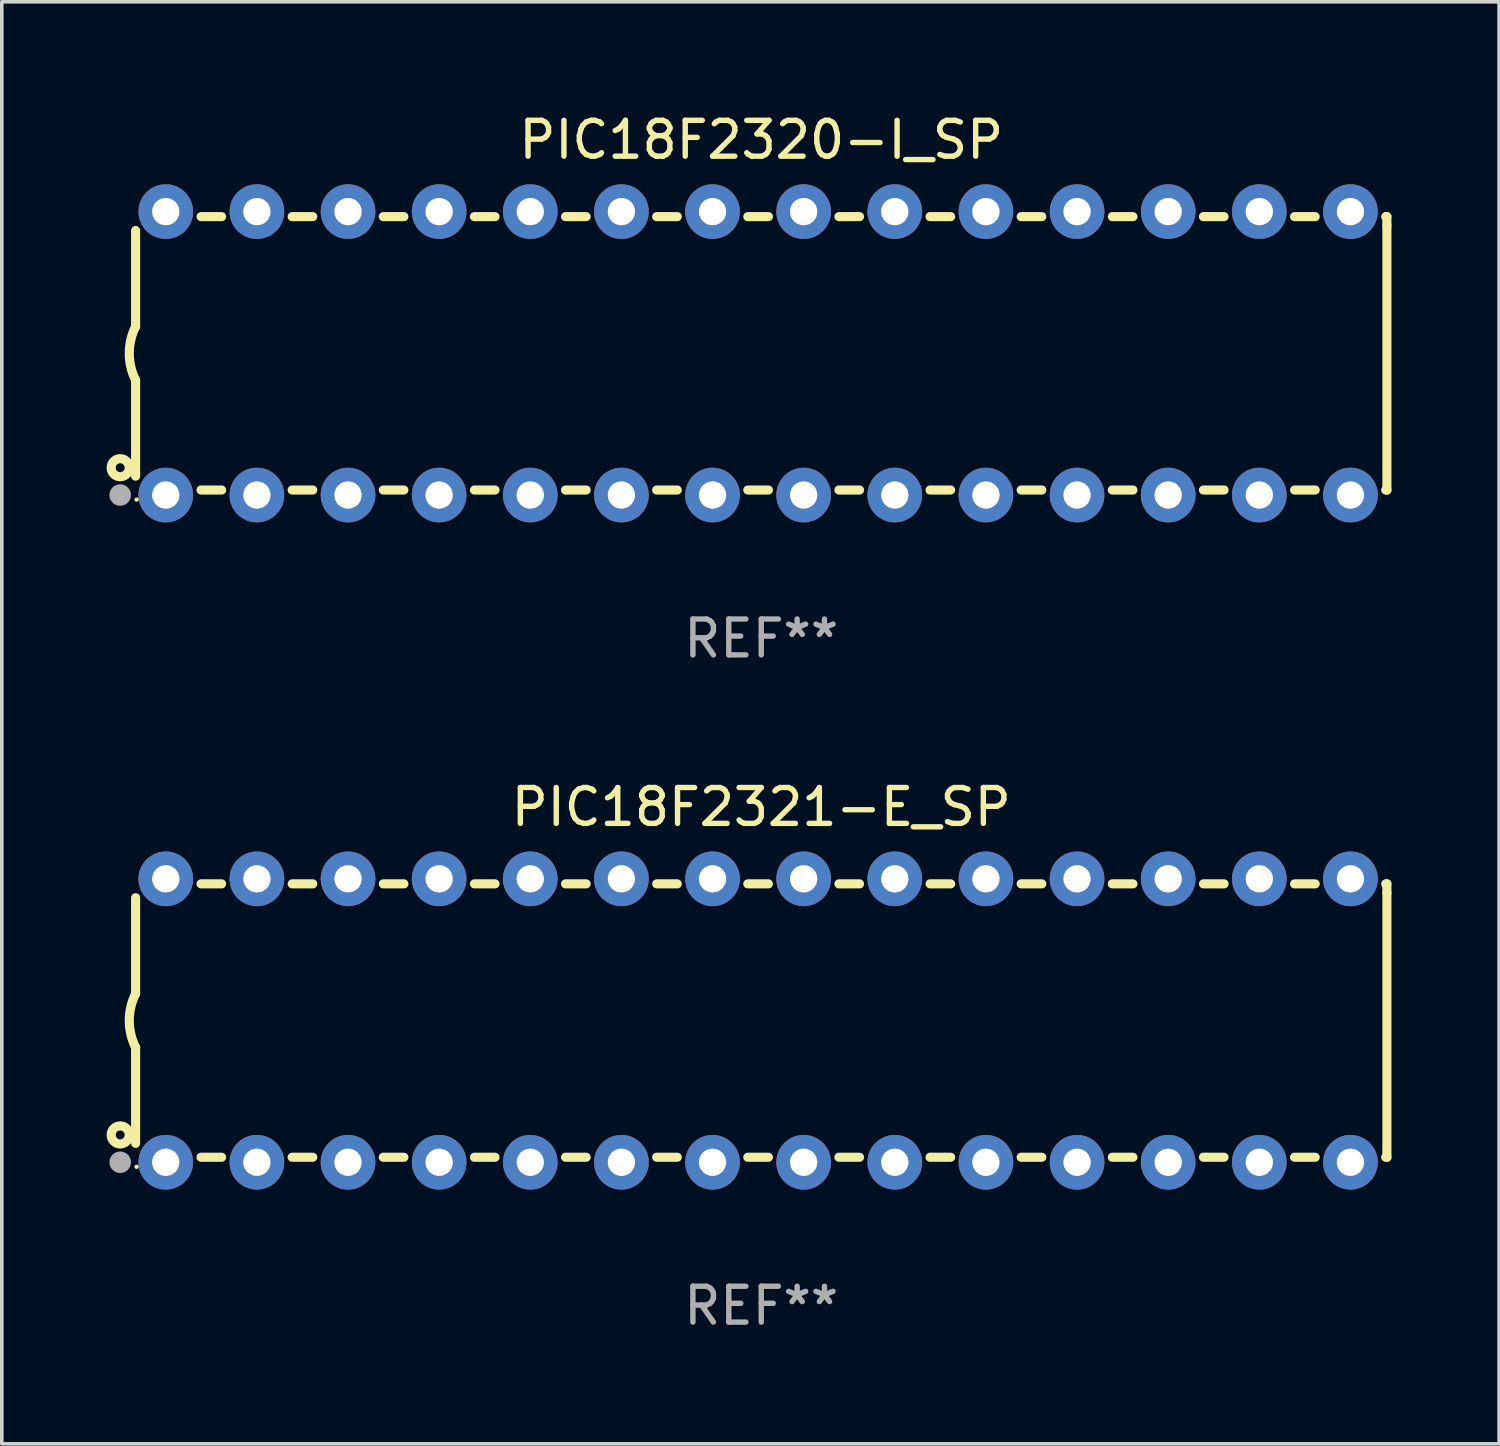
<source format=kicad_pcb>
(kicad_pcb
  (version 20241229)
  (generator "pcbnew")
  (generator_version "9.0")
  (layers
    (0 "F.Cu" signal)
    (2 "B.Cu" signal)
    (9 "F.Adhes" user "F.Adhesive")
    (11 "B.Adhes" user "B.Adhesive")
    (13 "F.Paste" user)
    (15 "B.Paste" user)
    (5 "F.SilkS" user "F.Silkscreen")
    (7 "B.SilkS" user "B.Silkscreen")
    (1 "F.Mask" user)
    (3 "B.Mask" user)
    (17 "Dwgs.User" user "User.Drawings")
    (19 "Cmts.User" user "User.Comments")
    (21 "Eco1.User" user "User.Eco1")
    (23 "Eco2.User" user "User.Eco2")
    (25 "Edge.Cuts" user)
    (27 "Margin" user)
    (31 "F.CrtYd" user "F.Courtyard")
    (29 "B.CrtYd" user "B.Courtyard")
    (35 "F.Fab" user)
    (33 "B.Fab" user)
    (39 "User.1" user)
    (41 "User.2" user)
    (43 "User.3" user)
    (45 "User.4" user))
  (footprint "PIC18F2321-E_SP"
    (layer "F.Cu")
    (at 18.168 25.395)
    (property "Reference" "PIC18F2321-E_SP" (at 0 -5.95 0) (layer "F.SilkS") (effects (font (size 1 1) (thickness 0.15))))
    (attr through_hole)
    (fp_line (start -17.438 0.75) (end -17.438 3.423) (stroke (width 0.254) (type solid)) (layer "F.SilkS"))
    (fp_line (start -17.438 -3.423) (end -17.438 -0.75) (stroke (width 0.254) (type solid)) (layer "F.SilkS"))
    (fp_line (start -15.615 3.81) (end -15.041 3.81) (stroke (width 0.254) (type solid)) (layer "F.SilkS"))
    (fp_line (start -15.041 -3.81) (end -15.614 -3.81) (stroke (width 0.254) (type solid)) (layer "F.SilkS"))
    (fp_line (start -13.075 3.81) (end -12.501 3.81) (stroke (width 0.254) (type solid)) (layer "F.SilkS"))
    (fp_line (start -12.501 -3.81) (end -13.074 -3.81) (stroke (width 0.254) (type solid)) (layer "F.SilkS"))
    (fp_line (start -10.535 3.81) (end -9.961 3.81) (stroke (width 0.254) (type solid)) (layer "F.SilkS"))
    (fp_line (start -9.961 -3.81) (end -10.534 -3.81) (stroke (width 0.254) (type solid)) (layer "F.SilkS"))
    (fp_line (start -7.995 3.81) (end -7.421 3.81) (stroke (width 0.254) (type solid)) (layer "F.SilkS"))
    (fp_line (start -7.421 -3.81) (end -7.995 -3.81) (stroke (width 0.254) (type solid)) (layer "F.SilkS"))
    (fp_line (start -5.455 3.81) (end -4.881 3.81) (stroke (width 0.254) (type solid)) (layer "F.SilkS"))
    (fp_line (start -4.881 -3.81) (end -5.455 -3.81) (stroke (width 0.254) (type solid)) (layer "F.SilkS"))
    (fp_line (start -2.915 3.81) (end -2.341 3.81) (stroke (width 0.254) (type solid)) (layer "F.SilkS"))
    (fp_line (start -2.341 -3.81) (end -2.915 -3.81) (stroke (width 0.254) (type solid)) (layer "F.SilkS"))
    (fp_line (start -0.375 3.81) (end 0.199 3.81) (stroke (width 0.254) (type solid)) (layer "F.SilkS"))
    (fp_line (start 0.199 -3.81) (end -0.375 -3.81) (stroke (width 0.254) (type solid)) (layer "F.SilkS"))
    (fp_line (start 2.165 3.81) (end 2.739 3.81) (stroke (width 0.254) (type solid)) (layer "F.SilkS"))
    (fp_line (start 2.739 -3.81) (end 2.165 -3.81) (stroke (width 0.254) (type solid)) (layer "F.SilkS"))
    (fp_line (start 4.705 3.81) (end 5.279 3.81) (stroke (width 0.254) (type solid)) (layer "F.SilkS"))
    (fp_line (start 5.279 -3.81) (end 4.705 -3.81) (stroke (width 0.254) (type solid)) (layer "F.SilkS"))
    (fp_line (start 7.245 3.81) (end 7.819 3.81) (stroke (width 0.254) (type solid)) (layer "F.SilkS"))
    (fp_line (start 7.819 -3.81) (end 7.245 -3.81) (stroke (width 0.254) (type solid)) (layer "F.SilkS"))
    (fp_line (start 9.785 3.81) (end 10.359 3.81) (stroke (width 0.254) (type solid)) (layer "F.SilkS"))
    (fp_line (start 10.359 -3.81) (end 9.785 -3.81) (stroke (width 0.254) (type solid)) (layer "F.SilkS"))
    (fp_line (start 12.325 3.81) (end 12.899 3.81) (stroke (width 0.254) (type solid)) (layer "F.SilkS"))
    (fp_line (start 12.899 -3.81) (end 12.325 -3.81) (stroke (width 0.254) (type solid)) (layer "F.SilkS"))
    (fp_line (start 14.865 3.81) (end 15.439 3.81) (stroke (width 0.254) (type solid)) (layer "F.SilkS"))
    (fp_line (start 15.439 -3.81) (end 14.865 -3.81) (stroke (width 0.254) (type solid)) (layer "F.SilkS"))
    (fp_line (start 17.405 3.81) (end 17.438 3.81) (stroke (width 0.254) (type solid)) (layer "F.SilkS"))
    (fp_line (start 17.438 -3.81) (end 17.405 -3.81) (stroke (width 0.254) (type solid)) (layer "F.SilkS"))
    (fp_line (start 17.438 -3.556) (end 17.438 -3.81) (stroke (width 0.254) (type solid)) (layer "F.SilkS"))
    (fp_line (start 17.438 3.81) (end 17.438 -3.556) (stroke (width 0.254) (type solid)) (layer "F.SilkS"))
    (fp_arc (start -17.437986 0.749657) (mid -17.614887 -0.000024) (end -17.437783 -0.749657) (stroke (width 0.254001) (type solid)) (layer "F.SilkS"))
    (fp_circle (center -17.868 3.188) (end -17.743 3.188) (stroke (width 0.254) (type solid)) (fill no) (layer "F.SilkS"))
    (fp_circle (center -17.411 4.077) (end -17.381 4.077) (stroke (width 0.06) (type solid)) (fill no) (layer "F.SilkS"))
    (fp_circle (center -17.868 3.95) (end -17.718 3.95) (stroke (width 0.3) (type solid)) (fill no) (layer "F.Fab"))
    (fp_text user "REF**" (at 0 7.95 0) (layer "F.Fab") (effects (font (size 1 1) (thickness 0.15))))
    (pad "1" thru_hole circle (at -16.598 3.95) (size 1.524 1.524) (drill 0.762) (layers "*.Cu" "*.Mask"))
    (pad "2" thru_hole circle (at -14.058 3.95) (size 1.524 1.524) (drill 0.762) (layers "*.Cu" "*.Mask"))
    (pad "3" thru_hole circle (at -11.518 3.95) (size 1.524 1.524) (drill 0.762) (layers "*.Cu" "*.Mask"))
    (pad "4" thru_hole circle (at -8.978 3.95) (size 1.524 1.524) (drill 0.762) (layers "*.Cu" "*.Mask"))
    (pad "5" thru_hole circle (at -6.438 3.95) (size 1.524 1.524) (drill 0.762) (layers "*.Cu" "*.Mask"))
    (pad "6" thru_hole circle (at -3.898 3.95) (size 1.524 1.524) (drill 0.762) (layers "*.Cu" "*.Mask"))
    (pad "7" thru_hole circle (at -1.358 3.95) (size 1.524 1.524) (drill 0.762) (layers "*.Cu" "*.Mask"))
    (pad "8" thru_hole circle (at 1.182 3.95) (size 1.524 1.524) (drill 0.762) (layers "*.Cu" "*.Mask"))
    (pad "9" thru_hole circle (at 3.722 3.95) (size 1.524 1.524) (drill 0.762) (layers "*.Cu" "*.Mask"))
    (pad "10" thru_hole circle (at 6.262 3.95) (size 1.524 1.524) (drill 0.762) (layers "*.Cu" "*.Mask"))
    (pad "11" thru_hole circle (at 8.802 3.95) (size 1.524 1.524) (drill 0.762) (layers "*.Cu" "*.Mask"))
    (pad "12" thru_hole circle (at 11.342 3.95) (size 1.524 1.524) (drill 0.762) (layers "*.Cu" "*.Mask"))
    (pad "13" thru_hole circle (at 13.882 3.95) (size 1.524 1.524) (drill 0.762) (layers "*.Cu" "*.Mask"))
    (pad "14" thru_hole circle (at 16.422 3.95) (size 1.524 1.524) (drill 0.762) (layers "*.Cu" "*.Mask"))
    (pad "15" thru_hole circle (at 16.422 -3.95) (size 1.524 1.524) (drill 0.762) (layers "*.Cu" "*.Mask"))
    (pad "16" thru_hole circle (at 13.882 -3.95) (size 1.524 1.524) (drill 0.762) (layers "*.Cu" "*.Mask"))
    (pad "17" thru_hole circle (at 11.342 -3.95) (size 1.524 1.524) (drill 0.762) (layers "*.Cu" "*.Mask"))
    (pad "18" thru_hole circle (at 8.802 -3.95) (size 1.524 1.524) (drill 0.762) (layers "*.Cu" "*.Mask"))
    (pad "19" thru_hole circle (at 6.262 -3.95) (size 1.524 1.524) (drill 0.762) (layers "*.Cu" "*.Mask"))
    (pad "20" thru_hole circle (at 3.722 -3.95) (size 1.524 1.524) (drill 0.762) (layers "*.Cu" "*.Mask"))
    (pad "21" thru_hole circle (at 1.182 -3.95) (size 1.524 1.524) (drill 0.762) (layers "*.Cu" "*.Mask"))
    (pad "22" thru_hole circle (at -1.358 -3.95) (size 1.524 1.524) (drill 0.762) (layers "*.Cu" "*.Mask"))
    (pad "23" thru_hole circle (at -3.898 -3.95) (size 1.524 1.524) (drill 0.762) (layers "*.Cu" "*.Mask"))
    (pad "24" thru_hole circle (at -6.438 -3.95) (size 1.524 1.524) (drill 0.762) (layers "*.Cu" "*.Mask"))
    (pad "25" thru_hole circle (at -8.978 -3.95) (size 1.524 1.524) (drill 0.762) (layers "*.Cu" "*.Mask"))
    (pad "26" thru_hole circle (at -11.517 -3.95) (size 1.524 1.524) (drill 0.762) (layers "*.Cu" "*.Mask"))
    (pad "27" thru_hole circle (at -14.057 -3.95) (size 1.524 1.524) (drill 0.762) (layers "*.Cu" "*.Mask"))
    (pad "28" thru_hole circle (at -16.597 -3.95) (size 1.524 1.524) (drill 0.762) (layers "*.Cu" "*.Mask")))
  (footprint "PIC18F2320-I_SP"
    (layer "F.Cu")
    (at 18.168 6.798)
    (property "Reference" "PIC18F2320-I_SP" (at 0 -5.95 0) (layer "F.SilkS") (effects (font (size 1 1) (thickness 0.15))))
    (attr through_hole)
    (fp_line (start -17.438 0.75) (end -17.438 3.423) (stroke (width 0.254) (type solid)) (layer "F.SilkS"))
    (fp_line (start -17.438 -3.423) (end -17.438 -0.75) (stroke (width 0.254) (type solid)) (layer "F.SilkS"))
    (fp_line (start -15.615 3.81) (end -15.041 3.81) (stroke (width 0.254) (type solid)) (layer "F.SilkS"))
    (fp_line (start -15.041 -3.81) (end -15.614 -3.81) (stroke (width 0.254) (type solid)) (layer "F.SilkS"))
    (fp_line (start -13.075 3.81) (end -12.501 3.81) (stroke (width 0.254) (type solid)) (layer "F.SilkS"))
    (fp_line (start -12.501 -3.81) (end -13.074 -3.81) (stroke (width 0.254) (type solid)) (layer "F.SilkS"))
    (fp_line (start -10.535 3.81) (end -9.961 3.81) (stroke (width 0.254) (type solid)) (layer "F.SilkS"))
    (fp_line (start -9.961 -3.81) (end -10.534 -3.81) (stroke (width 0.254) (type solid)) (layer "F.SilkS"))
    (fp_line (start -7.995 3.81) (end -7.421 3.81) (stroke (width 0.254) (type solid)) (layer "F.SilkS"))
    (fp_line (start -7.421 -3.81) (end -7.995 -3.81) (stroke (width 0.254) (type solid)) (layer "F.SilkS"))
    (fp_line (start -5.455 3.81) (end -4.881 3.81) (stroke (width 0.254) (type solid)) (layer "F.SilkS"))
    (fp_line (start -4.881 -3.81) (end -5.455 -3.81) (stroke (width 0.254) (type solid)) (layer "F.SilkS"))
    (fp_line (start -2.915 3.81) (end -2.341 3.81) (stroke (width 0.254) (type solid)) (layer "F.SilkS"))
    (fp_line (start -2.341 -3.81) (end -2.915 -3.81) (stroke (width 0.254) (type solid)) (layer "F.SilkS"))
    (fp_line (start -0.375 3.81) (end 0.199 3.81) (stroke (width 0.254) (type solid)) (layer "F.SilkS"))
    (fp_line (start 0.199 -3.81) (end -0.375 -3.81) (stroke (width 0.254) (type solid)) (layer "F.SilkS"))
    (fp_line (start 2.165 3.81) (end 2.739 3.81) (stroke (width 0.254) (type solid)) (layer "F.SilkS"))
    (fp_line (start 2.739 -3.81) (end 2.165 -3.81) (stroke (width 0.254) (type solid)) (layer "F.SilkS"))
    (fp_line (start 4.705 3.81) (end 5.279 3.81) (stroke (width 0.254) (type solid)) (layer "F.SilkS"))
    (fp_line (start 5.279 -3.81) (end 4.705 -3.81) (stroke (width 0.254) (type solid)) (layer "F.SilkS"))
    (fp_line (start 7.245 3.81) (end 7.819 3.81) (stroke (width 0.254) (type solid)) (layer "F.SilkS"))
    (fp_line (start 7.819 -3.81) (end 7.245 -3.81) (stroke (width 0.254) (type solid)) (layer "F.SilkS"))
    (fp_line (start 9.785 3.81) (end 10.359 3.81) (stroke (width 0.254) (type solid)) (layer "F.SilkS"))
    (fp_line (start 10.359 -3.81) (end 9.785 -3.81) (stroke (width 0.254) (type solid)) (layer "F.SilkS"))
    (fp_line (start 12.325 3.81) (end 12.899 3.81) (stroke (width 0.254) (type solid)) (layer "F.SilkS"))
    (fp_line (start 12.899 -3.81) (end 12.325 -3.81) (stroke (width 0.254) (type solid)) (layer "F.SilkS"))
    (fp_line (start 14.865 3.81) (end 15.439 3.81) (stroke (width 0.254) (type solid)) (layer "F.SilkS"))
    (fp_line (start 15.439 -3.81) (end 14.865 -3.81) (stroke (width 0.254) (type solid)) (layer "F.SilkS"))
    (fp_line (start 17.405 3.81) (end 17.438 3.81) (stroke (width 0.254) (type solid)) (layer "F.SilkS"))
    (fp_line (start 17.438 -3.81) (end 17.405 -3.81) (stroke (width 0.254) (type solid)) (layer "F.SilkS"))
    (fp_line (start 17.438 -3.556) (end 17.438 -3.81) (stroke (width 0.254) (type solid)) (layer "F.SilkS"))
    (fp_line (start 17.438 3.81) (end 17.438 -3.556) (stroke (width 0.254) (type solid)) (layer "F.SilkS"))
    (fp_arc (start -17.437986 0.749657) (mid -17.614887 -0.000024) (end -17.437783 -0.749657) (stroke (width 0.254001) (type solid)) (layer "F.SilkS"))
    (fp_circle (center -17.868 3.188) (end -17.743 3.188) (stroke (width 0.254) (type solid)) (fill no) (layer "F.SilkS"))
    (fp_circle (center -17.411 4.077) (end -17.381 4.077) (stroke (width 0.06) (type solid)) (fill no) (layer "F.SilkS"))
    (fp_circle (center -17.868 3.95) (end -17.718 3.95) (stroke (width 0.3) (type solid)) (fill no) (layer "F.Fab"))
    (fp_text user "REF**" (at 0 7.95 0) (layer "F.Fab") (effects (font (size 1 1) (thickness 0.15))))
    (pad "1" thru_hole circle (at -16.598 3.95) (size 1.524 1.524) (drill 0.762) (layers "*.Cu" "*.Mask"))
    (pad "2" thru_hole circle (at -14.058 3.95) (size 1.524 1.524) (drill 0.762) (layers "*.Cu" "*.Mask"))
    (pad "3" thru_hole circle (at -11.518 3.95) (size 1.524 1.524) (drill 0.762) (layers "*.Cu" "*.Mask"))
    (pad "4" thru_hole circle (at -8.978 3.95) (size 1.524 1.524) (drill 0.762) (layers "*.Cu" "*.Mask"))
    (pad "5" thru_hole circle (at -6.438 3.95) (size 1.524 1.524) (drill 0.762) (layers "*.Cu" "*.Mask"))
    (pad "6" thru_hole circle (at -3.898 3.95) (size 1.524 1.524) (drill 0.762) (layers "*.Cu" "*.Mask"))
    (pad "7" thru_hole circle (at -1.358 3.95) (size 1.524 1.524) (drill 0.762) (layers "*.Cu" "*.Mask"))
    (pad "8" thru_hole circle (at 1.182 3.95) (size 1.524 1.524) (drill 0.762) (layers "*.Cu" "*.Mask"))
    (pad "9" thru_hole circle (at 3.722 3.95) (size 1.524 1.524) (drill 0.762) (layers "*.Cu" "*.Mask"))
    (pad "10" thru_hole circle (at 6.262 3.95) (size 1.524 1.524) (drill 0.762) (layers "*.Cu" "*.Mask"))
    (pad "11" thru_hole circle (at 8.802 3.95) (size 1.524 1.524) (drill 0.762) (layers "*.Cu" "*.Mask"))
    (pad "12" thru_hole circle (at 11.342 3.95) (size 1.524 1.524) (drill 0.762) (layers "*.Cu" "*.Mask"))
    (pad "13" thru_hole circle (at 13.882 3.95) (size 1.524 1.524) (drill 0.762) (layers "*.Cu" "*.Mask"))
    (pad "14" thru_hole circle (at 16.422 3.95) (size 1.524 1.524) (drill 0.762) (layers "*.Cu" "*.Mask"))
    (pad "15" thru_hole circle (at 16.422 -3.95) (size 1.524 1.524) (drill 0.762) (layers "*.Cu" "*.Mask"))
    (pad "16" thru_hole circle (at 13.882 -3.95) (size 1.524 1.524) (drill 0.762) (layers "*.Cu" "*.Mask"))
    (pad "17" thru_hole circle (at 11.342 -3.95) (size 1.524 1.524) (drill 0.762) (layers "*.Cu" "*.Mask"))
    (pad "18" thru_hole circle (at 8.802 -3.95) (size 1.524 1.524) (drill 0.762) (layers "*.Cu" "*.Mask"))
    (pad "19" thru_hole circle (at 6.262 -3.95) (size 1.524 1.524) (drill 0.762) (layers "*.Cu" "*.Mask"))
    (pad "20" thru_hole circle (at 3.722 -3.95) (size 1.524 1.524) (drill 0.762) (layers "*.Cu" "*.Mask"))
    (pad "21" thru_hole circle (at 1.182 -3.95) (size 1.524 1.524) (drill 0.762) (layers "*.Cu" "*.Mask"))
    (pad "22" thru_hole circle (at -1.358 -3.95) (size 1.524 1.524) (drill 0.762) (layers "*.Cu" "*.Mask"))
    (pad "23" thru_hole circle (at -3.898 -3.95) (size 1.524 1.524) (drill 0.762) (layers "*.Cu" "*.Mask"))
    (pad "24" thru_hole circle (at -6.438 -3.95) (size 1.524 1.524) (drill 0.762) (layers "*.Cu" "*.Mask"))
    (pad "25" thru_hole circle (at -8.978 -3.95) (size 1.524 1.524) (drill 0.762) (layers "*.Cu" "*.Mask"))
    (pad "26" thru_hole circle (at -11.517 -3.95) (size 1.524 1.524) (drill 0.762) (layers "*.Cu" "*.Mask"))
    (pad "27" thru_hole circle (at -14.057 -3.95) (size 1.524 1.524) (drill 0.762) (layers "*.Cu" "*.Mask"))
    (pad "28" thru_hole circle (at -16.597 -3.95) (size 1.524 1.524) (drill 0.762) (layers "*.Cu" "*.Mask")))
  (gr_rect
    (start -3 -3)
    (end 38.733 37.193)
    (stroke (width 0.1) (type default))
    (fill no)
    (layer "Edge.Cuts")))
</source>
